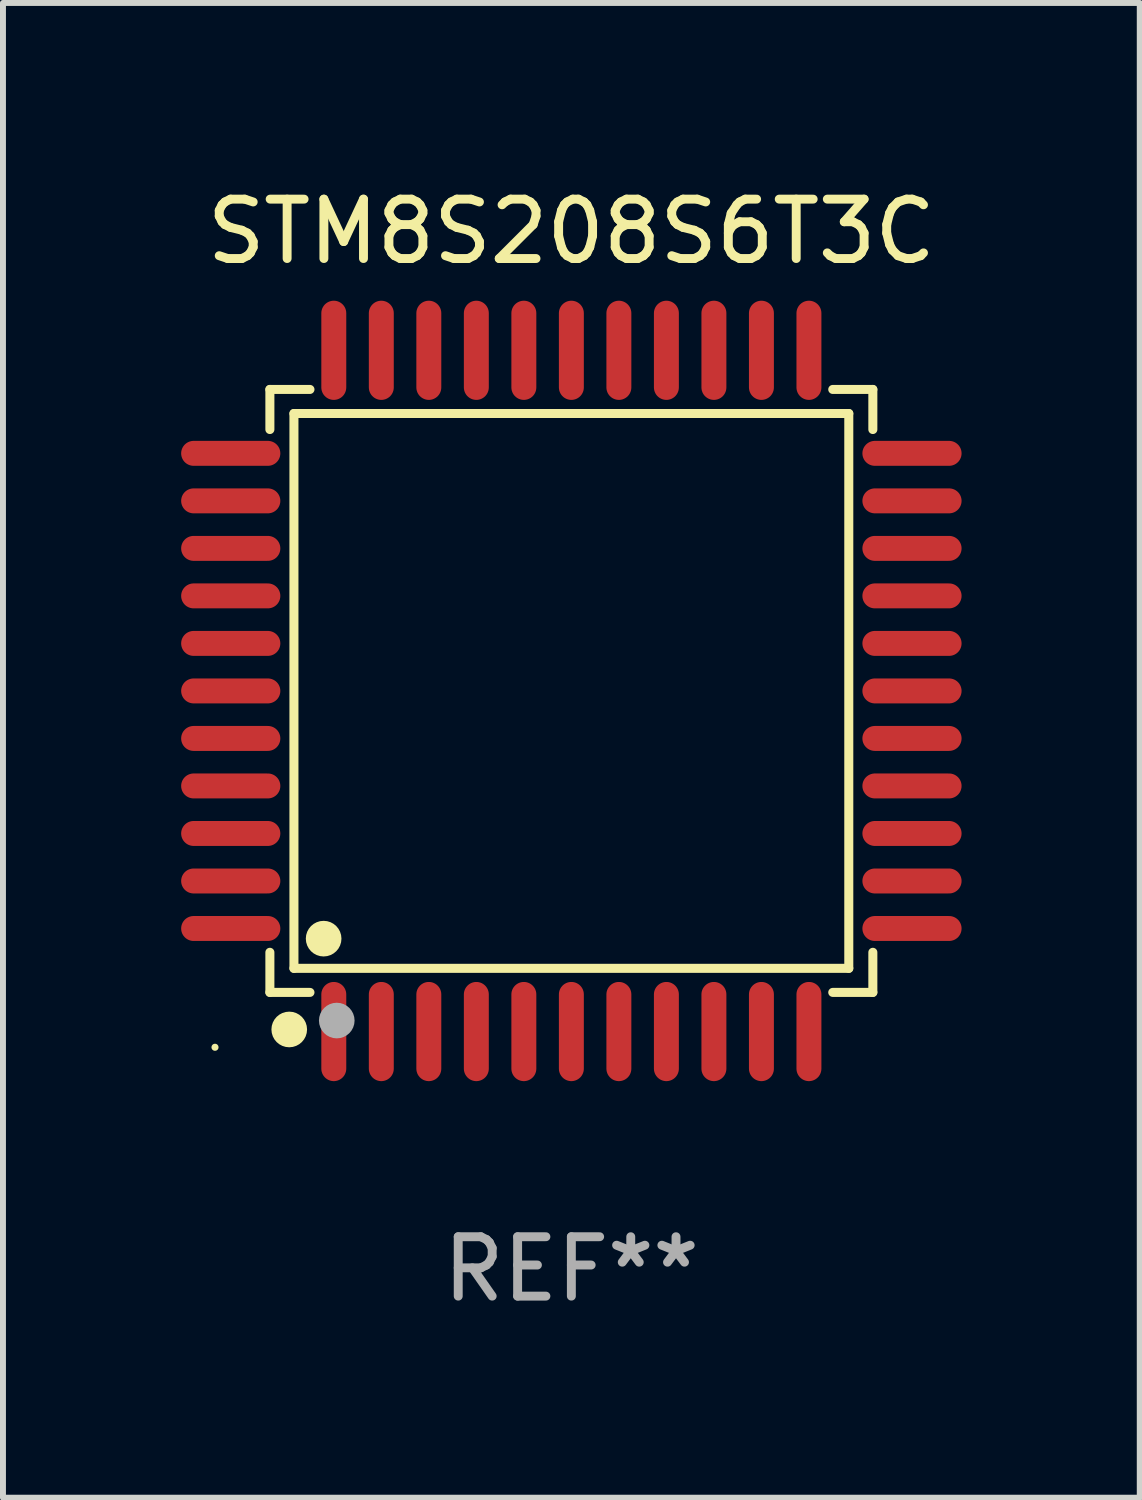
<source format=kicad_pcb>
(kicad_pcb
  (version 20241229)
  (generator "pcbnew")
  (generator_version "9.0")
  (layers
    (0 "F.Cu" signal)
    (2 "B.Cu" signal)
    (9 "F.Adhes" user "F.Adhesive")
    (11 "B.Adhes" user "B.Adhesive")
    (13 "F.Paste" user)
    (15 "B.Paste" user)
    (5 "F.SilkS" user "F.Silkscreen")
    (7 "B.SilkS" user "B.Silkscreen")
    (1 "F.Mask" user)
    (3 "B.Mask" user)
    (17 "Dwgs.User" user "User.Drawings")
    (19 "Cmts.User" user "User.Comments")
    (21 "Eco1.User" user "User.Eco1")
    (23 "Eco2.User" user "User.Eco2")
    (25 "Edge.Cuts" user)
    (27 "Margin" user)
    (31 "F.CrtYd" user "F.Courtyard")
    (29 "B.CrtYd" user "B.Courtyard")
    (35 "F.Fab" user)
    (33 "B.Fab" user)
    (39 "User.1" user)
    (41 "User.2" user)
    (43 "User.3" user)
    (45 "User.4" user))
  (footprint "STM8S208S6T3C"
    (layer "F.Cu")
    (at 6.57 8.583)
    (property "Reference" "STM8S208S6T3C" (at 0 -7.735 0) (layer "F.SilkS") (effects (font (size 1 1) (thickness 0.15))))
    (attr through_hole)
    (fp_line (start -5.076 -5.076) (end -4.401 -5.076) (stroke (width 0.152) (type solid)) (layer "F.SilkS"))
    (fp_line (start -5.076 -4.401) (end -5.076 -5.076) (stroke (width 0.152) (type solid)) (layer "F.SilkS"))
    (fp_line (start -5.076 4.401) (end -5.076 5.076) (stroke (width 0.152) (type solid)) (layer "F.SilkS"))
    (fp_line (start -5.076 5.076) (end -4.401 5.076) (stroke (width 0.152) (type solid)) (layer "F.SilkS"))
    (fp_line (start -4.671 -4.671) (end 4.671 -4.671) (stroke (width 0.152) (type solid)) (layer "F.SilkS"))
    (fp_line (start -4.671 4.671) (end -4.671 -4.671) (stroke (width 0.152) (type solid)) (layer "F.SilkS"))
    (fp_line (start 4.671 -4.671) (end 4.671 4.671) (stroke (width 0.152) (type solid)) (layer "F.SilkS"))
    (fp_line (start 4.671 4.671) (end -4.671 4.671) (stroke (width 0.152) (type solid)) (layer "F.SilkS"))
    (fp_line (start 5.076 -5.076) (end 4.401 -5.076) (stroke (width 0.152) (type solid)) (layer "F.SilkS"))
    (fp_line (start 5.076 -4.401) (end 5.076 -5.076) (stroke (width 0.152) (type solid)) (layer "F.SilkS"))
    (fp_line (start 5.076 4.401) (end 5.076 5.076) (stroke (width 0.152) (type solid)) (layer "F.SilkS"))
    (fp_line (start 5.076 5.076) (end 4.401 5.076) (stroke (width 0.152) (type solid)) (layer "F.SilkS"))
    (fp_circle (center -6 6) (end -5.97 6) (stroke (width 0.06) (type solid)) (fill no) (layer "F.SilkS"))
    (fp_circle (center -4.75 5.7) (end -4.6 5.7) (stroke (width 0.3) (type solid)) (fill no) (layer "F.SilkS"))
    (fp_circle (center -4.171 4.171) (end -4.021 4.171) (stroke (width 0.3) (type solid)) (fill no) (layer "F.SilkS"))
    (fp_circle (center -3.95 5.55) (end -3.8 5.55) (stroke (width 0.3) (type solid)) (fill no) (layer "F.Fab"))
    (fp_text user "REF**" (at 0 9.735 0) (layer "F.Fab") (effects (font (size 1 1) (thickness 0.15))))
    (pad "1" smd oval (at -4 5.735) (size 0.42 1.67) (layers "F.Cu" "F.Mask" "F.Paste"))
    (pad "2" smd oval (at -3.2 5.735) (size 0.42 1.67) (layers "F.Cu" "F.Mask" "F.Paste"))
    (pad "3" smd oval (at -2.4 5.735) (size 0.42 1.67) (layers "F.Cu" "F.Mask" "F.Paste"))
    (pad "4" smd oval (at -1.6 5.735) (size 0.42 1.67) (layers "F.Cu" "F.Mask" "F.Paste"))
    (pad "5" smd oval (at -0.8 5.735) (size 0.42 1.67) (layers "F.Cu" "F.Mask" "F.Paste"))
    (pad "6" smd oval (at 0 5.735) (size 0.42 1.67) (layers "F.Cu" "F.Mask" "F.Paste"))
    (pad "7" smd oval (at 0.8 5.735) (size 0.42 1.67) (layers "F.Cu" "F.Mask" "F.Paste"))
    (pad "8" smd oval (at 1.6 5.735) (size 0.42 1.67) (layers "F.Cu" "F.Mask" "F.Paste"))
    (pad "9" smd oval (at 2.4 5.735) (size 0.42 1.67) (layers "F.Cu" "F.Mask" "F.Paste"))
    (pad "10" smd oval (at 3.2 5.735) (size 0.42 1.67) (layers "F.Cu" "F.Mask" "F.Paste"))
    (pad "11" smd oval (at 4 5.735) (size 0.42 1.67) (layers "F.Cu" "F.Mask" "F.Paste"))
    (pad "12" smd oval (at 5.735 4) (size 1.67 0.42) (layers "F.Cu" "F.Mask" "F.Paste"))
    (pad "13" smd oval (at 5.735 3.2) (size 1.67 0.42) (layers "F.Cu" "F.Mask" "F.Paste"))
    (pad "14" smd oval (at 5.735 2.4) (size 1.67 0.42) (layers "F.Cu" "F.Mask" "F.Paste"))
    (pad "15" smd oval (at 5.735 1.6) (size 1.67 0.42) (layers "F.Cu" "F.Mask" "F.Paste"))
    (pad "16" smd oval (at 5.735 0.8) (size 1.67 0.42) (layers "F.Cu" "F.Mask" "F.Paste"))
    (pad "17" smd oval (at 5.735 0) (size 1.67 0.42) (layers "F.Cu" "F.Mask" "F.Paste"))
    (pad "18" smd oval (at 5.735 -0.8) (size 1.67 0.42) (layers "F.Cu" "F.Mask" "F.Paste"))
    (pad "19" smd oval (at 5.735 -1.6) (size 1.67 0.42) (layers "F.Cu" "F.Mask" "F.Paste"))
    (pad "20" smd oval (at 5.735 -2.4) (size 1.67 0.42) (layers "F.Cu" "F.Mask" "F.Paste"))
    (pad "21" smd oval (at 5.735 -3.2) (size 1.67 0.42) (layers "F.Cu" "F.Mask" "F.Paste"))
    (pad "22" smd oval (at 5.735 -4) (size 1.67 0.42) (layers "F.Cu" "F.Mask" "F.Paste"))
    (pad "23" smd oval (at 4 -5.735) (size 0.42 1.67) (layers "F.Cu" "F.Mask" "F.Paste"))
    (pad "24" smd oval (at 3.2 -5.735) (size 0.42 1.67) (layers "F.Cu" "F.Mask" "F.Paste"))
    (pad "25" smd oval (at 2.4 -5.735) (size 0.42 1.67) (layers "F.Cu" "F.Mask" "F.Paste"))
    (pad "26" smd oval (at 1.6 -5.735) (size 0.42 1.67) (layers "F.Cu" "F.Mask" "F.Paste"))
    (pad "27" smd oval (at 0.8 -5.735) (size 0.42 1.67) (layers "F.Cu" "F.Mask" "F.Paste"))
    (pad "28" smd oval (at 0 -5.735) (size 0.42 1.67) (layers "F.Cu" "F.Mask" "F.Paste"))
    (pad "29" smd oval (at -0.8 -5.735) (size 0.42 1.67) (layers "F.Cu" "F.Mask" "F.Paste"))
    (pad "30" smd oval (at -1.6 -5.735) (size 0.42 1.67) (layers "F.Cu" "F.Mask" "F.Paste"))
    (pad "31" smd oval (at -2.4 -5.735) (size 0.42 1.67) (layers "F.Cu" "F.Mask" "F.Paste"))
    (pad "32" smd oval (at -3.2 -5.735) (size 0.42 1.67) (layers "F.Cu" "F.Mask" "F.Paste"))
    (pad "33" smd oval (at -4 -5.735) (size 0.42 1.67) (layers "F.Cu" "F.Mask" "F.Paste"))
    (pad "34" smd oval (at -5.735 -4) (size 1.67 0.42) (layers "F.Cu" "F.Mask" "F.Paste"))
    (pad "35" smd oval (at -5.735 -3.2) (size 1.67 0.42) (layers "F.Cu" "F.Mask" "F.Paste"))
    (pad "36" smd oval (at -5.735 -2.4) (size 1.67 0.42) (layers "F.Cu" "F.Mask" "F.Paste"))
    (pad "37" smd oval (at -5.735 -1.6) (size 1.67 0.42) (layers "F.Cu" "F.Mask" "F.Paste"))
    (pad "38" smd oval (at -5.735 -0.8) (size 1.67 0.42) (layers "F.Cu" "F.Mask" "F.Paste"))
    (pad "39" smd oval (at -5.735 0) (size 1.67 0.42) (layers "F.Cu" "F.Mask" "F.Paste"))
    (pad "40" smd oval (at -5.735 0.8) (size 1.67 0.42) (layers "F.Cu" "F.Mask" "F.Paste"))
    (pad "41" smd oval (at -5.735 1.6) (size 1.67 0.42) (layers "F.Cu" "F.Mask" "F.Paste"))
    (pad "42" smd oval (at -5.735 2.4) (size 1.67 0.42) (layers "F.Cu" "F.Mask" "F.Paste"))
    (pad "43" smd oval (at -5.735 3.2) (size 1.67 0.42) (layers "F.Cu" "F.Mask" "F.Paste"))
    (pad "44" smd oval (at -5.735 4) (size 1.67 0.42) (layers "F.Cu" "F.Mask" "F.Paste")))
  (gr_rect
    (start -3 -3)
    (end 16.14 22.167)
    (stroke (width 0.1) (type default))
    (fill no)
    (layer "Edge.Cuts")))
</source>
